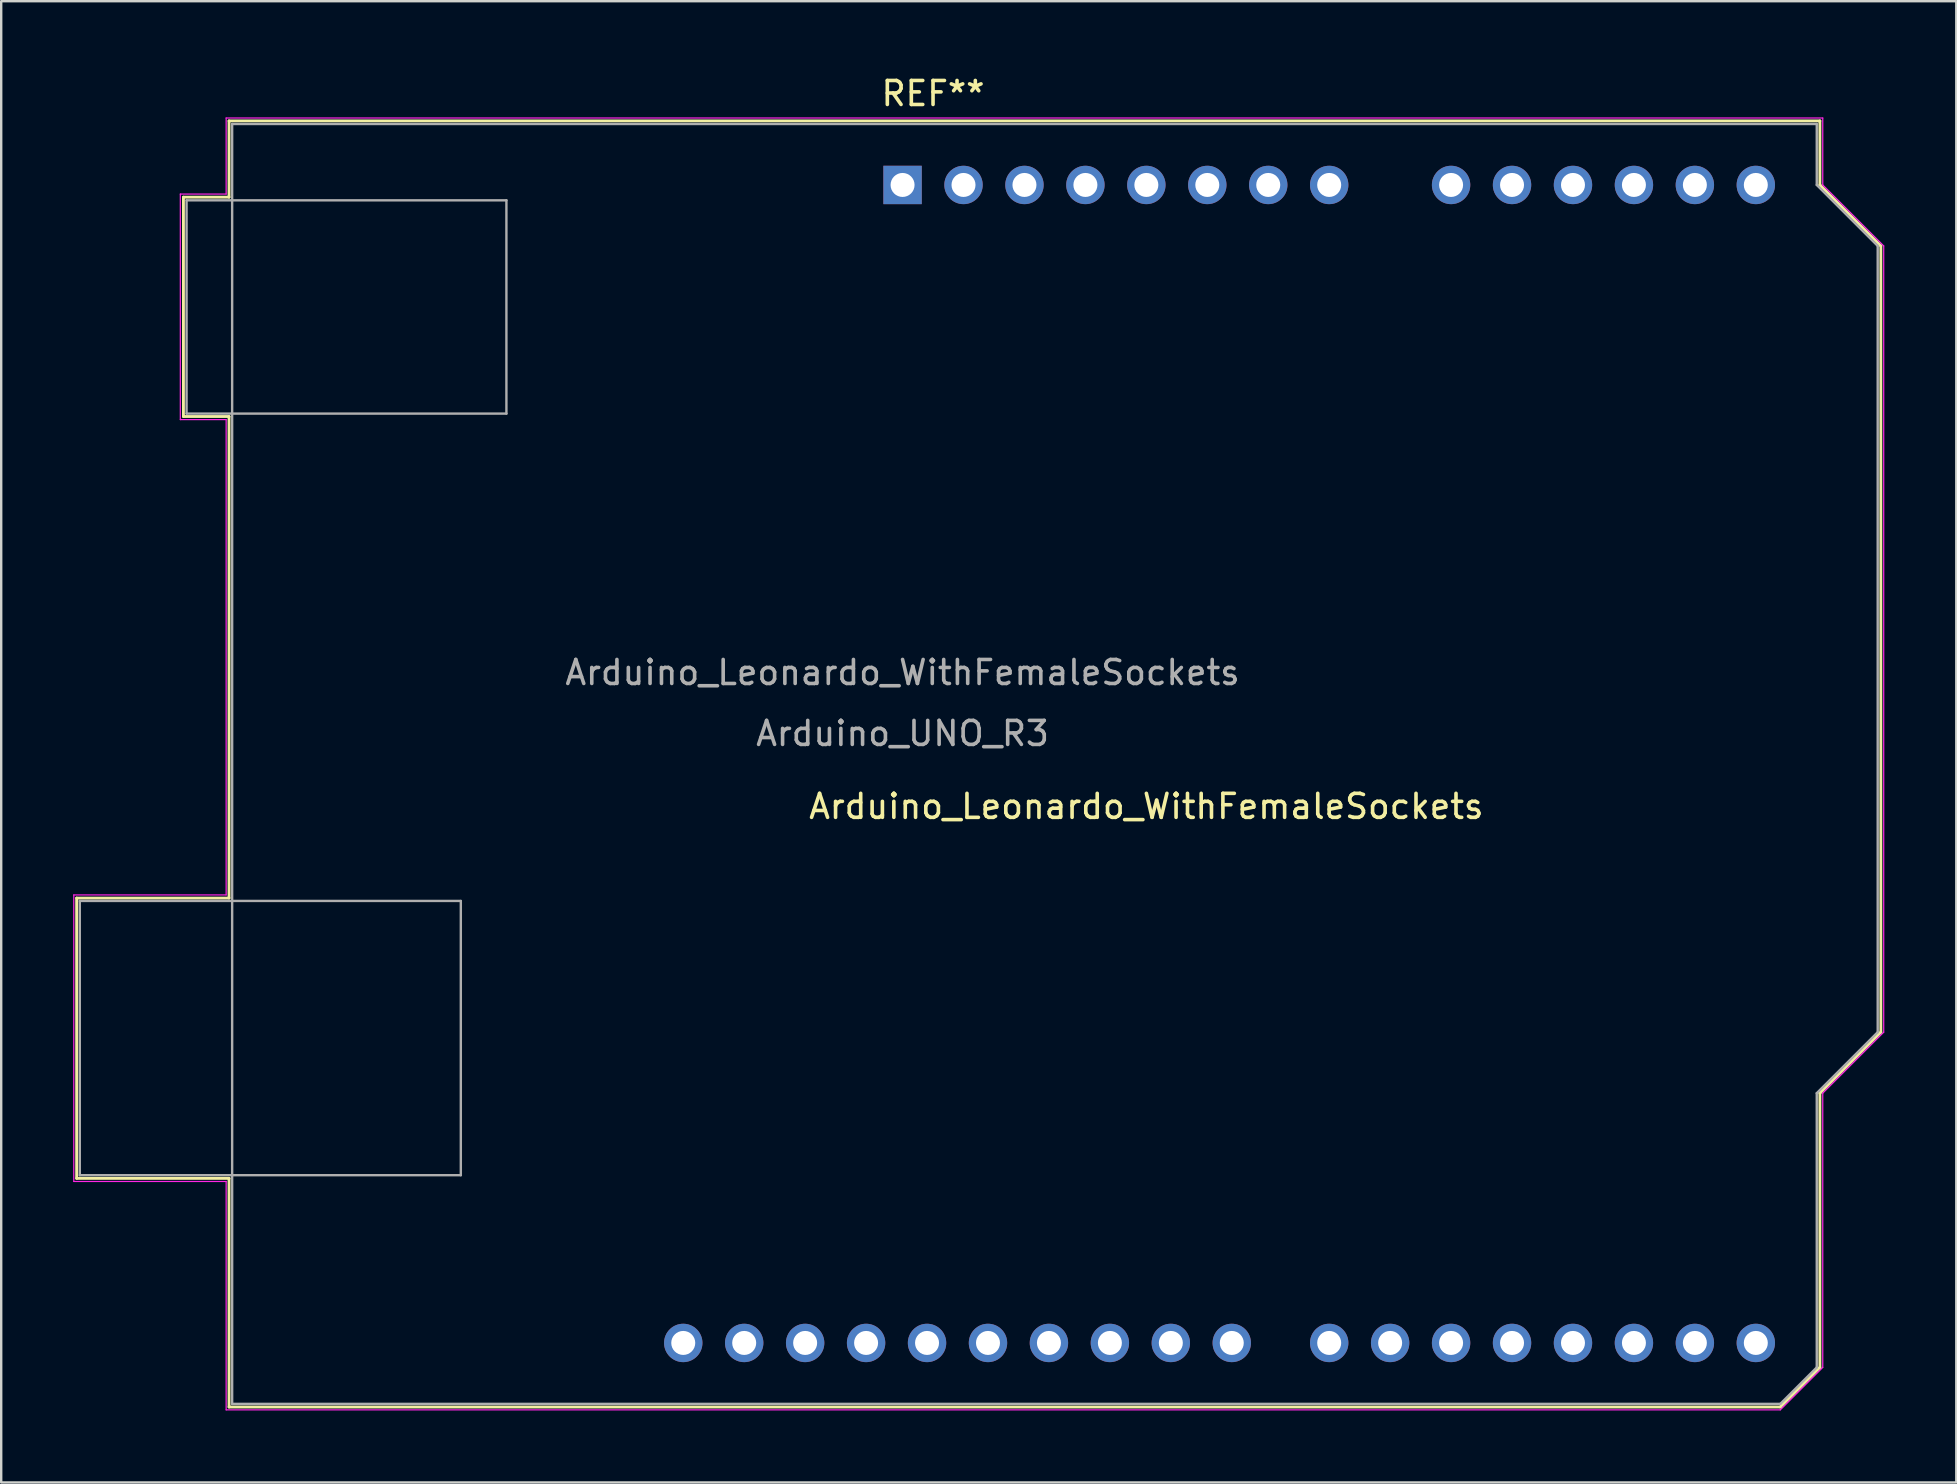
<source format=kicad_pcb>
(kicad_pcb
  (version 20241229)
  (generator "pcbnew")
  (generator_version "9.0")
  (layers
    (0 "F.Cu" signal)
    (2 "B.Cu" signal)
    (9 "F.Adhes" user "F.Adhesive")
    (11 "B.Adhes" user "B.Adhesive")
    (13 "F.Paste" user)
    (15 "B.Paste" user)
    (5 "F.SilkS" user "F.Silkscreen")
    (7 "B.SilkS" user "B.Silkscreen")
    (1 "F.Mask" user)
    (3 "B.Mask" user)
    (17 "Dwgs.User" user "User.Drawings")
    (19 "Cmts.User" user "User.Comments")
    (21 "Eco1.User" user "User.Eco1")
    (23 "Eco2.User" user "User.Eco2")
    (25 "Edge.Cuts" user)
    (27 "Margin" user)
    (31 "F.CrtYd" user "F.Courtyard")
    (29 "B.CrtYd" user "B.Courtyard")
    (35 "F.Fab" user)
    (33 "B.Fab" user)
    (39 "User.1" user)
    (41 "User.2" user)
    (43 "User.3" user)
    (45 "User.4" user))
  (footprint "Arduino_Leonardo_WithFemaleSockets"
    (layer "F.Cu")
    (at 44.725 30.058)
    (property "Reference" "Arduino_Leonardo_WithFemaleSockets" (at 0 0.5 0) (layer "F.SilkS") (effects (font (size 1 1) (thickness 0.15))))
    (attr through_hole)
    (fp_line (start -44.58 4.32) (end -44.58 16) (stroke (width 0.12) (type solid)) (layer "F.SilkS"))
    (fp_line (start -44.58 16) (end -38.23 16) (stroke (width 0.12) (type solid)) (layer "F.SilkS"))
    (fp_line (start -40.13 -24.89) (end -40.13 -15.75) (stroke (width 0.12) (type solid)) (layer "F.SilkS"))
    (fp_line (start -40.13 -15.75) (end -38.23 -15.75) (stroke (width 0.12) (type solid)) (layer "F.SilkS"))
    (fp_line (start -38.23 -28.07) (end -38.23 -24.89) (stroke (width 0.12) (type solid)) (layer "F.SilkS"))
    (fp_line (start -38.23 -24.89) (end -40.13 -24.89) (stroke (width 0.12) (type solid)) (layer "F.SilkS"))
    (fp_line (start -38.23 -15.75) (end -38.23 4.32) (stroke (width 0.12) (type solid)) (layer "F.SilkS"))
    (fp_line (start -38.23 4.32) (end -44.58 4.32) (stroke (width 0.12) (type solid)) (layer "F.SilkS"))
    (fp_line (start -38.23 16) (end -38.23 25.53) (stroke (width 0.12) (type solid)) (layer "F.SilkS"))
    (fp_line (start -38.23 25.53) (end 26.42 25.53) (stroke (width 0.12) (type solid)) (layer "F.SilkS"))
    (fp_line (start 26.42 25.53) (end 28.07 23.88) (stroke (width 0.12) (type solid)) (layer "F.SilkS"))
    (fp_line (start 28.07 -28.07) (end -38.23 -28.07) (stroke (width 0.12) (type solid)) (layer "F.SilkS"))
    (fp_line (start 28.07 -25.4) (end 28.07 -28.07) (stroke (width 0.12) (type solid)) (layer "F.SilkS"))
    (fp_line (start 28.07 12.45) (end 30.61 9.91) (stroke (width 0.12) (type solid)) (layer "F.SilkS"))
    (fp_line (start 28.07 23.88) (end 28.07 12.45) (stroke (width 0.12) (type solid)) (layer "F.SilkS"))
    (fp_line (start 30.61 -22.86) (end 28.07 -25.4) (stroke (width 0.12) (type solid)) (layer "F.SilkS"))
    (fp_line (start 30.61 9.91) (end 30.61 -22.86) (stroke (width 0.12) (type solid)) (layer "F.SilkS"))
    (fp_line (start -44.7 4.19) (end -38.35 4.19) (stroke (width 0.05) (type solid)) (layer "F.CrtYd"))
    (fp_line (start -44.7 16.13) (end -44.7 4.19) (stroke (width 0.05) (type solid)) (layer "F.CrtYd"))
    (fp_line (start -40.26 -25.02) (end -38.35 -25.02) (stroke (width 0.05) (type solid)) (layer "F.CrtYd"))
    (fp_line (start -40.26 -15.62) (end -40.26 -25.02) (stroke (width 0.05) (type solid)) (layer "F.CrtYd"))
    (fp_line (start -38.35 -28.19) (end 28.19 -28.19) (stroke (width 0.05) (type solid)) (layer "F.CrtYd"))
    (fp_line (start -38.35 -25.02) (end -38.35 -28.19) (stroke (width 0.05) (type solid)) (layer "F.CrtYd"))
    (fp_line (start -38.35 -15.62) (end -40.26 -15.62) (stroke (width 0.05) (type solid)) (layer "F.CrtYd"))
    (fp_line (start -38.35 4.19) (end -38.35 -15.62) (stroke (width 0.05) (type solid)) (layer "F.CrtYd"))
    (fp_line (start -38.35 16.13) (end -44.7 16.13) (stroke (width 0.05) (type solid)) (layer "F.CrtYd"))
    (fp_line (start -38.35 25.65) (end -38.35 16.13) (stroke (width 0.05) (type solid)) (layer "F.CrtYd"))
    (fp_line (start 26.42 25.65) (end -38.35 25.65) (stroke (width 0.05) (type solid)) (layer "F.CrtYd"))
    (fp_line (start 28.19 -28.19) (end 28.19 -25.4) (stroke (width 0.05) (type solid)) (layer "F.CrtYd"))
    (fp_line (start 28.19 -25.4) (end 30.73 -22.86) (stroke (width 0.05) (type solid)) (layer "F.CrtYd"))
    (fp_line (start 28.19 12.45) (end 28.19 23.88) (stroke (width 0.05) (type solid)) (layer "F.CrtYd"))
    (fp_line (start 28.19 23.88) (end 26.42 25.65) (stroke (width 0.05) (type solid)) (layer "F.CrtYd"))
    (fp_line (start 30.73 -22.86) (end 30.73 9.91) (stroke (width 0.05) (type solid)) (layer "F.CrtYd"))
    (fp_line (start 30.73 9.91) (end 28.19 12.45) (stroke (width 0.05) (type solid)) (layer "F.CrtYd"))
    (fp_line (start -44.45 4.44) (end -28.57 4.44) (stroke (width 0.1) (type solid)) (layer "F.Fab"))
    (fp_line (start -44.45 15.87) (end -44.45 4.44) (stroke (width 0.1) (type solid)) (layer "F.Fab"))
    (fp_line (start -40 -24.76) (end -26.67 -24.76) (stroke (width 0.1) (type solid)) (layer "F.Fab"))
    (fp_line (start -40 -15.87) (end -40 -24.76) (stroke (width 0.1) (type solid)) (layer "F.Fab"))
    (fp_line (start -38.1 -27.94) (end 27.94 -27.94) (stroke (width 0.1) (type solid)) (layer "F.Fab"))
    (fp_line (start -38.1 25.4) (end -38.1 -27.94) (stroke (width 0.1) (type solid)) (layer "F.Fab"))
    (fp_line (start -28.57 4.44) (end -28.57 15.87) (stroke (width 0.1) (type solid)) (layer "F.Fab"))
    (fp_line (start -28.57 15.87) (end -44.45 15.87) (stroke (width 0.1) (type solid)) (layer "F.Fab"))
    (fp_line (start -26.67 -24.76) (end -26.67 -15.87) (stroke (width 0.1) (type solid)) (layer "F.Fab"))
    (fp_line (start -26.67 -15.87) (end -40 -15.87) (stroke (width 0.1) (type solid)) (layer "F.Fab"))
    (fp_line (start 26.42 25.4) (end -38.1 25.4) (stroke (width 0.1) (type solid)) (layer "F.Fab"))
    (fp_line (start 27.94 -27.94) (end 27.94 -25.4) (stroke (width 0.1) (type solid)) (layer "F.Fab"))
    (fp_line (start 27.94 -25.4) (end 30.48 -22.86) (stroke (width 0.1) (type solid)) (layer "F.Fab"))
    (fp_line (start 27.94 12.45) (end 27.94 23.88) (stroke (width 0.1) (type solid)) (layer "F.Fab"))
    (fp_line (start 27.94 23.88) (end 26.42 25.4) (stroke (width 0.1) (type solid)) (layer "F.Fab"))
    (fp_line (start 30.48 -22.86) (end 30.48 9.91) (stroke (width 0.1) (type solid)) (layer "F.Fab"))
    (fp_line (start 30.48 9.91) (end 27.94 12.45) (stroke (width 0.1) (type solid)) (layer "F.Fab"))
    (fp_text user "REF**" (at -8.89 -29.21 180) (layer "F.SilkS") (effects (font (size 1 1) (thickness 0.15))))
    (fp_text user "${REFERENCE}" (at -10.16 -5.08 180) (layer "F.Fab") (effects (font (size 1 1) (thickness 0.15))))
    (fp_text user "Arduino_UNO_R3" (at -10.16 -2.54 0) (layer "F.Fab") (effects (font (size 1 1) (thickness 0.15))))
    (pad "1" thru_hole rect (at -10.16 -25.4 90) (size 1.6 1.6) (drill 1) (layers "*.Cu" "*.Mask"))
    (pad "2" thru_hole oval (at -7.62 -25.4 90) (size 1.6 1.6) (drill 1) (layers "*.Cu" "*.Mask"))
    (pad "3" thru_hole oval (at -5.08 -25.4 90) (size 1.6 1.6) (drill 1) (layers "*.Cu" "*.Mask"))
    (pad "4" thru_hole oval (at -2.54 -25.4 90) (size 1.6 1.6) (drill 1) (layers "*.Cu" "*.Mask"))
    (pad "5" thru_hole oval (at 0 -25.4 90) (size 1.6 1.6) (drill 1) (layers "*.Cu" "*.Mask"))
    (pad "6" thru_hole oval (at 2.54 -25.4 90) (size 1.6 1.6) (drill 1) (layers "*.Cu" "*.Mask"))
    (pad "7" thru_hole oval (at 5.08 -25.4 90) (size 1.6 1.6) (drill 1) (layers "*.Cu" "*.Mask"))
    (pad "8" thru_hole oval (at 7.62 -25.4 90) (size 1.6 1.6) (drill 1) (layers "*.Cu" "*.Mask"))
    (pad "9" thru_hole oval (at 12.7 -25.4 90) (size 1.6 1.6) (drill 1) (layers "*.Cu" "*.Mask"))
    (pad "10" thru_hole oval (at 15.24 -25.4 90) (size 1.6 1.6) (drill 1) (layers "*.Cu" "*.Mask"))
    (pad "11" thru_hole oval (at 17.78 -25.4 90) (size 1.6 1.6) (drill 1) (layers "*.Cu" "*.Mask"))
    (pad "12" thru_hole oval (at 20.32 -25.4 90) (size 1.6 1.6) (drill 1) (layers "*.Cu" "*.Mask"))
    (pad "13" thru_hole oval (at 22.86 -25.4 90) (size 1.6 1.6) (drill 1) (layers "*.Cu" "*.Mask"))
    (pad "14" thru_hole oval (at 25.4 -25.4 90) (size 1.6 1.6) (drill 1) (layers "*.Cu" "*.Mask"))
    (pad "15" thru_hole oval (at 25.4 22.86 90) (size 1.6 1.6) (drill 1) (layers "*.Cu" "*.Mask"))
    (pad "16" thru_hole oval (at 22.86 22.86 90) (size 1.6 1.6) (drill 1) (layers "*.Cu" "*.Mask"))
    (pad "17" thru_hole oval (at 20.32 22.86 90) (size 1.6 1.6) (drill 1) (layers "*.Cu" "*.Mask"))
    (pad "18" thru_hole oval (at 17.78 22.86 90) (size 1.6 1.6) (drill 1) (layers "*.Cu" "*.Mask"))
    (pad "19" thru_hole oval (at 15.24 22.86 90) (size 1.6 1.6) (drill 1) (layers "*.Cu" "*.Mask"))
    (pad "20" thru_hole oval (at 12.7 22.86 90) (size 1.6 1.6) (drill 1) (layers "*.Cu" "*.Mask"))
    (pad "21" thru_hole oval (at 10.16 22.86 90) (size 1.6 1.6) (drill 1) (layers "*.Cu" "*.Mask"))
    (pad "22" thru_hole oval (at 7.62 22.86 90) (size 1.6 1.6) (drill 1) (layers "*.Cu" "*.Mask"))
    (pad "23" thru_hole oval (at 3.56 22.86 90) (size 1.6 1.6) (drill 1) (layers "*.Cu" "*.Mask"))
    (pad "24" thru_hole oval (at 1.02 22.86 90) (size 1.6 1.6) (drill 1) (layers "*.Cu" "*.Mask"))
    (pad "25" thru_hole oval (at -1.52 22.86 90) (size 1.6 1.6) (drill 1) (layers "*.Cu" "*.Mask"))
    (pad "26" thru_hole oval (at -4.06 22.86 90) (size 1.6 1.6) (drill 1) (layers "*.Cu" "*.Mask"))
    (pad "27" thru_hole oval (at -6.6 22.86 90) (size 1.6 1.6) (drill 1) (layers "*.Cu" "*.Mask"))
    (pad "28" thru_hole oval (at -9.14 22.86 90) (size 1.6 1.6) (drill 1) (layers "*.Cu" "*.Mask"))
    (pad "29" thru_hole oval (at -11.68 22.86 90) (size 1.6 1.6) (drill 1) (layers "*.Cu" "*.Mask"))
    (pad "30" thru_hole oval (at -14.22 22.86 90) (size 1.6 1.6) (drill 1) (layers "*.Cu" "*.Mask"))
    (pad "31" thru_hole oval (at -16.76 22.86 90) (size 1.6 1.6) (drill 1) (layers "*.Cu" "*.Mask"))
    (pad "32" thru_hole oval (at -19.3 22.86 90) (size 1.6 1.6) (drill 1) (layers "*.Cu" "*.Mask")))
  (gr_rect
    (start -3 -3)
    (end 78.48 58.733)
    (stroke (width 0.1) (type default))
    (fill no)
    (layer "Edge.Cuts")))
</source>
